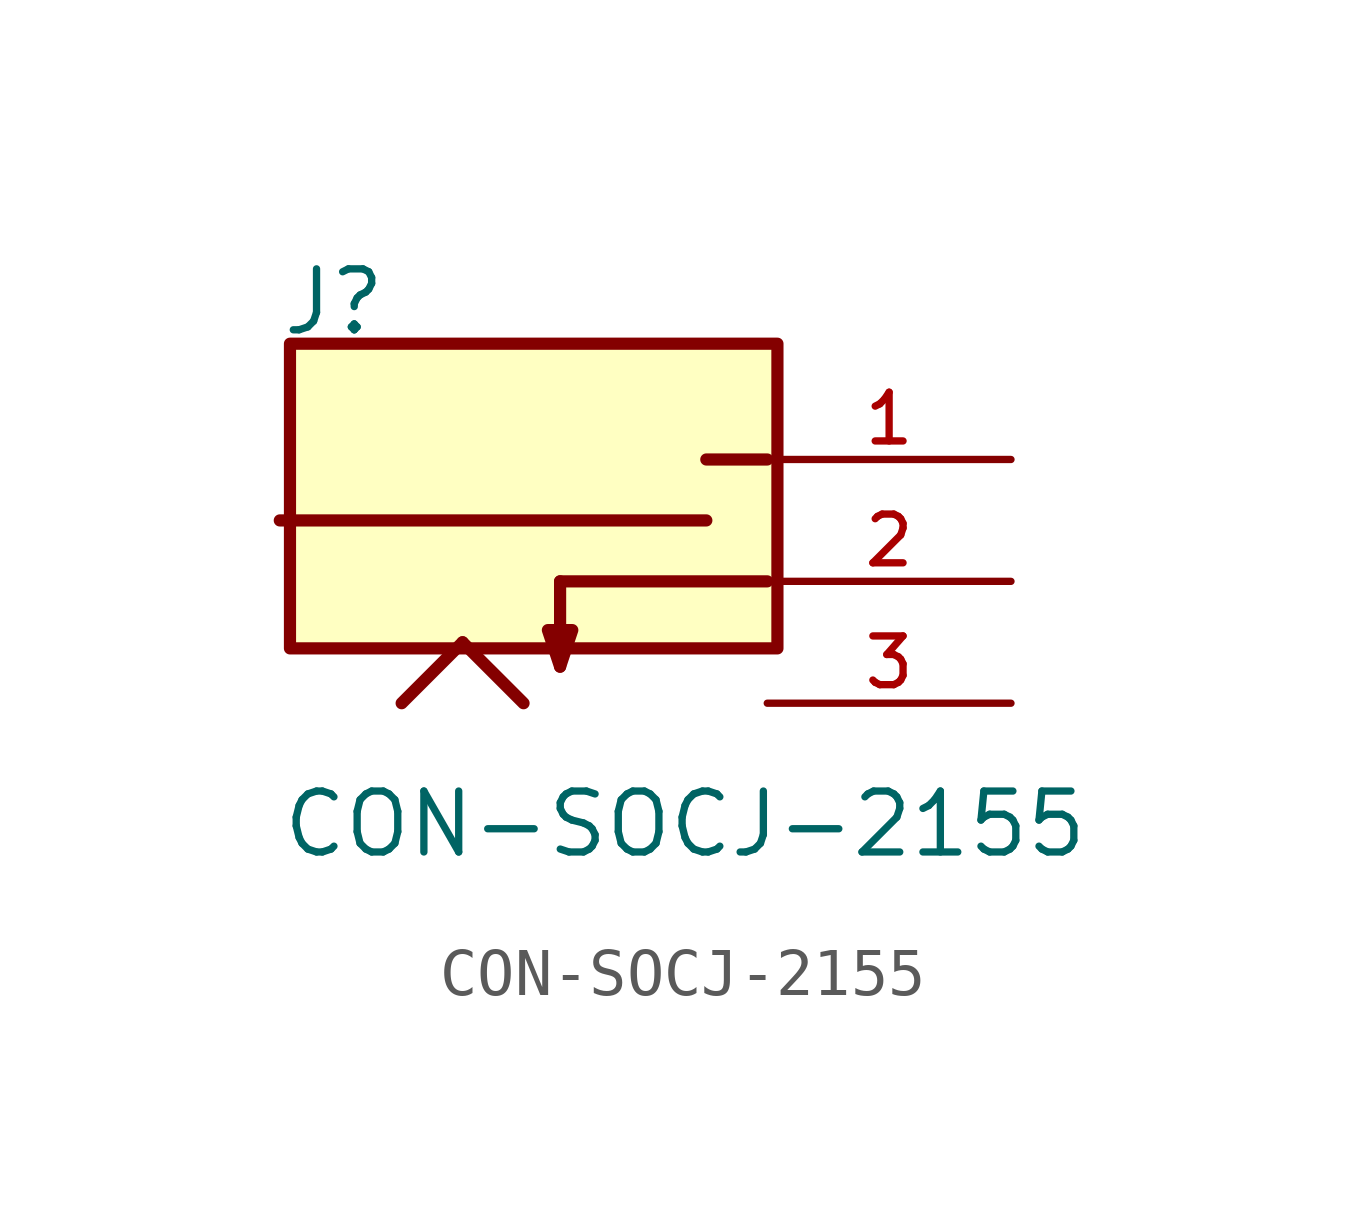
<source format=kicad_sym>
(kicad_symbol_lib
  (version 20211014)
  (generator kicad_symbol_editor)
  (symbol "CON-SOCJ-2155"
    (pin_names
      (offset 1.016))
    (property "Reference" "J"
      (at -5.08 5.08 0)
      (effects (font (size 1.27 1.27)) (justify bottom left)))
    (property "Value" "CON-SOCJ-2155"
      (at -5.08 -4.318 0)
      (effects (font (size 1.27 1.27)) (justify top left)))
    (symbol "CON-SOCJ-2155_0_0"
      (polyline (pts (xy 3.81 1.27) (xy -5.08 1.27)) (stroke (width 0.254)))
      (polyline (pts (xy 0.762 0.0) (xy 5.08 0.0)) (stroke (width 0.254)))
      (polyline (pts (xy 0.762 0.0) (xy 0.762 -1.778)) (stroke (width 0.254)))
      (polyline (pts (xy 0.762 -1.778) (xy 0.508 -1.016) (xy 1.016 -1.016) (xy 0.762 -1.778)) (stroke (width 0.254)) (fill (type outline)))
      (polyline (pts (xy -2.54 -2.54) (xy -1.27 -1.27)) (stroke (width 0.254)))
      (polyline (pts (xy -1.27 -1.27) (xy 0.0 -2.54)) (stroke (width 0.254)))
      (polyline (pts (xy 3.81 2.54) (xy 5.08 2.54)) (stroke (width 0.254)))
      (rectangle (start -4.868 -1.397) (end 5.292 4.953) (stroke (width 0.254)) (fill (type background)))
      (pin passive line (at 10.16 0.0 180.0) (length 5.08) (name "~" (effects (font (size 1.016 1.016)))) (number "2" (effects (font (size 1.016 1.016)))))
      (pin passive line (at 10.16 -2.54 180.0) (length 5.08) (name "~" (effects (font (size 1.016 1.016)))) (number "3" (effects (font (size 1.016 1.016)))))
      (pin passive line (at 10.16 2.54 180.0) (length 5.08) (name "~" (effects (font (size 1.016 1.016)))) (number "1" (effects (font (size 1.016 1.016))))))))
</source>
